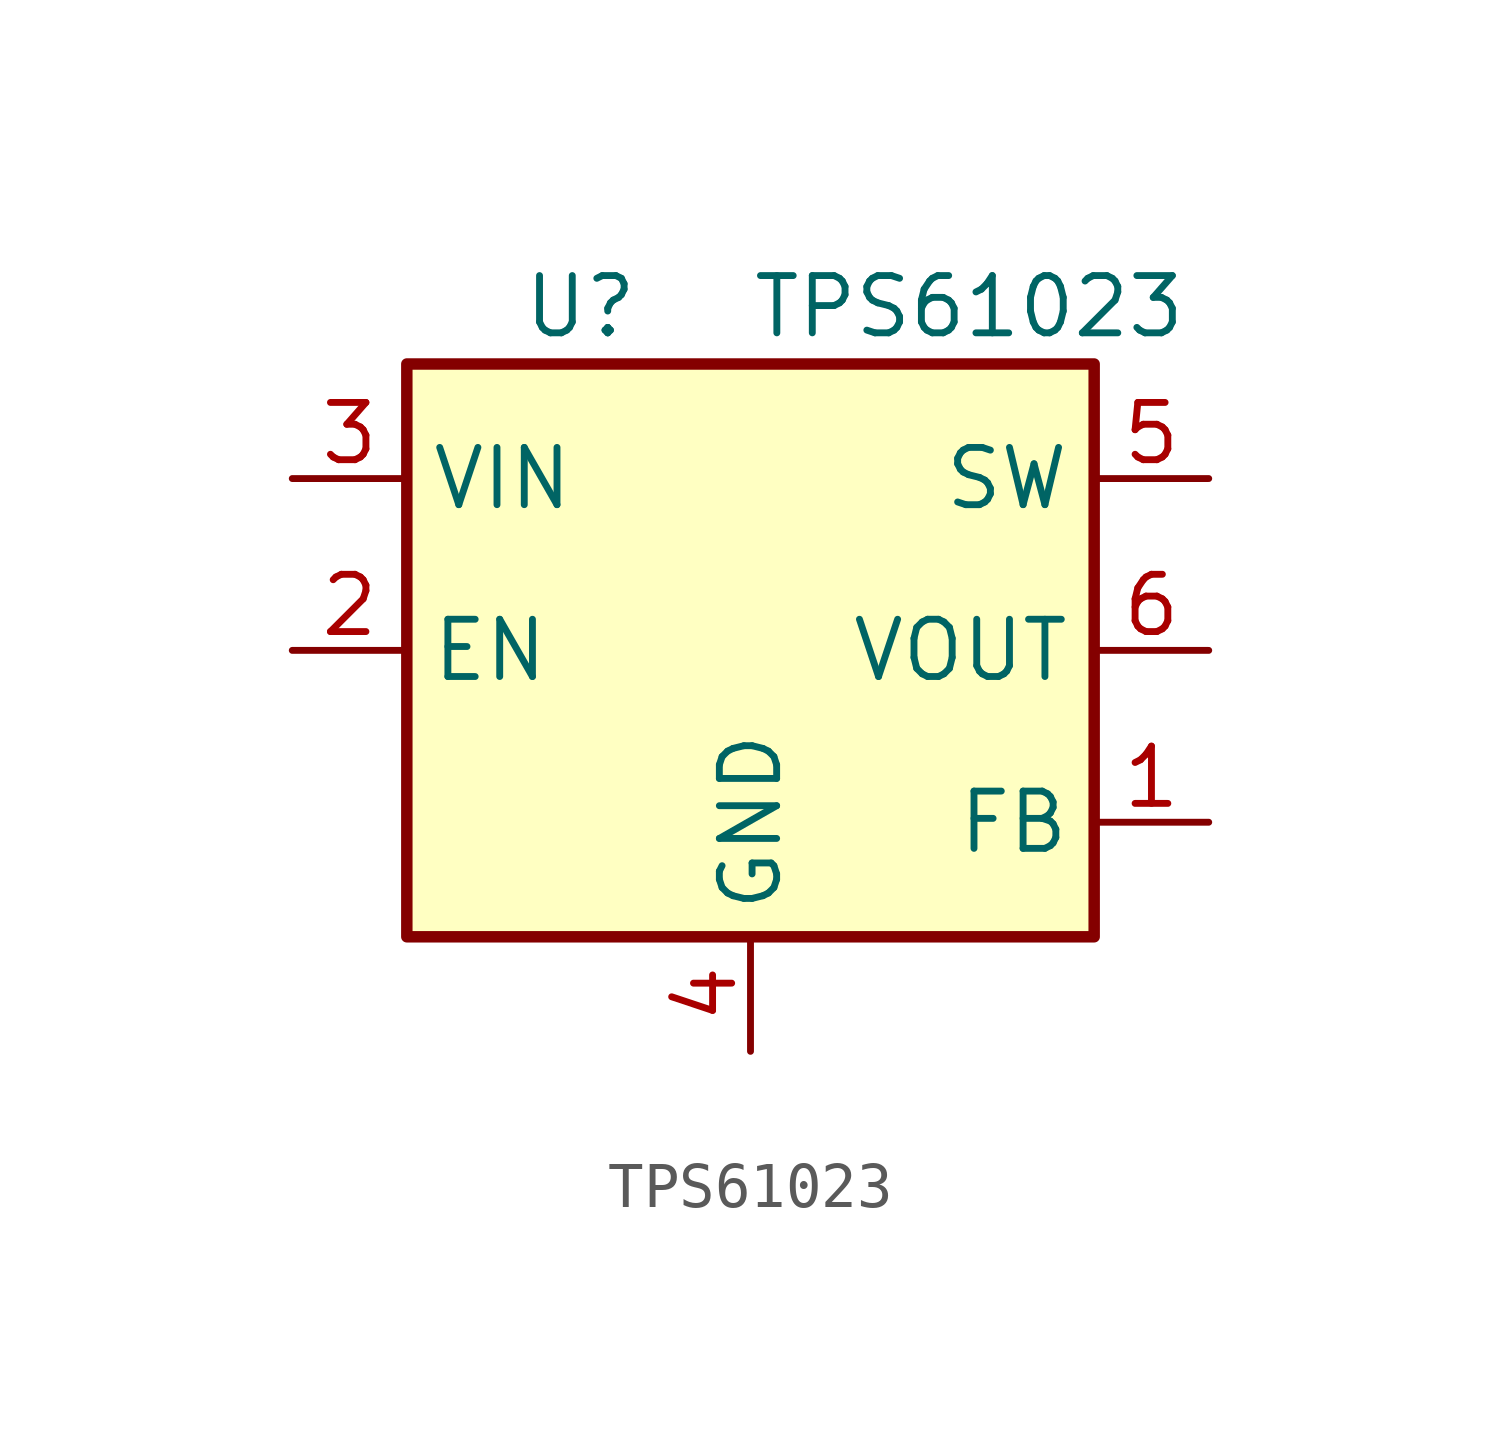
<source format=kicad_sym>
(kicad_symbol_lib
  (version 20220914)
  (generator kicad_symbol_editor)
  (symbol "TPS61023"
    (property "Reference" "U"
      (at -5.08 6.35 0)
      (effects (font (size 1.27 1.27)) (justify left)))
    (property "Value" "TPS61023"
      (at 0 6.35 0)
      (effects (font (size 1.27 1.27)) (justify left)))
    (symbol "TPS61023_0_1"
      (rectangle (start -7.62 5.08) (end 7.62 -7.62) (stroke (width 0.254) (type default)) (fill (type background))))
    (symbol "TPS61023_1_1"
      (pin input line (at 10.16 -5.08 180) (length 2.54) (name "FB" (effects (font (size 1.27 1.27)))) (number "1" (effects (font (size 1.27 1.27)))))
      (pin input line (at -10.16 -1.27 0) (length 2.54) (name "EN" (effects (font (size 1.27 1.27)))) (number "2" (effects (font (size 1.27 1.27)))))
      (pin power_in line (at -10.16 2.54 0) (length 2.54) (name "VIN" (effects (font (size 1.27 1.27)))) (number "3" (effects (font (size 1.27 1.27)))))
      (pin power_in line (at 0 -10.16 90) (length 2.54) (name "GND" (effects (font (size 1.27 1.27)))) (number "4" (effects (font (size 1.27 1.27)))))
      (pin power_out line (at 10.16 2.54 180) (length 2.54) (name "SW" (effects (font (size 1.27 1.27)))) (number "5" (effects (font (size 1.27 1.27)))))
      (pin power_out line (at 10.16 -1.27 180) (length 2.54) (name "VOUT" (effects (font (size 1.27 1.27)))) (number "6" (effects (font (size 1.27 1.27))))))))
</source>
